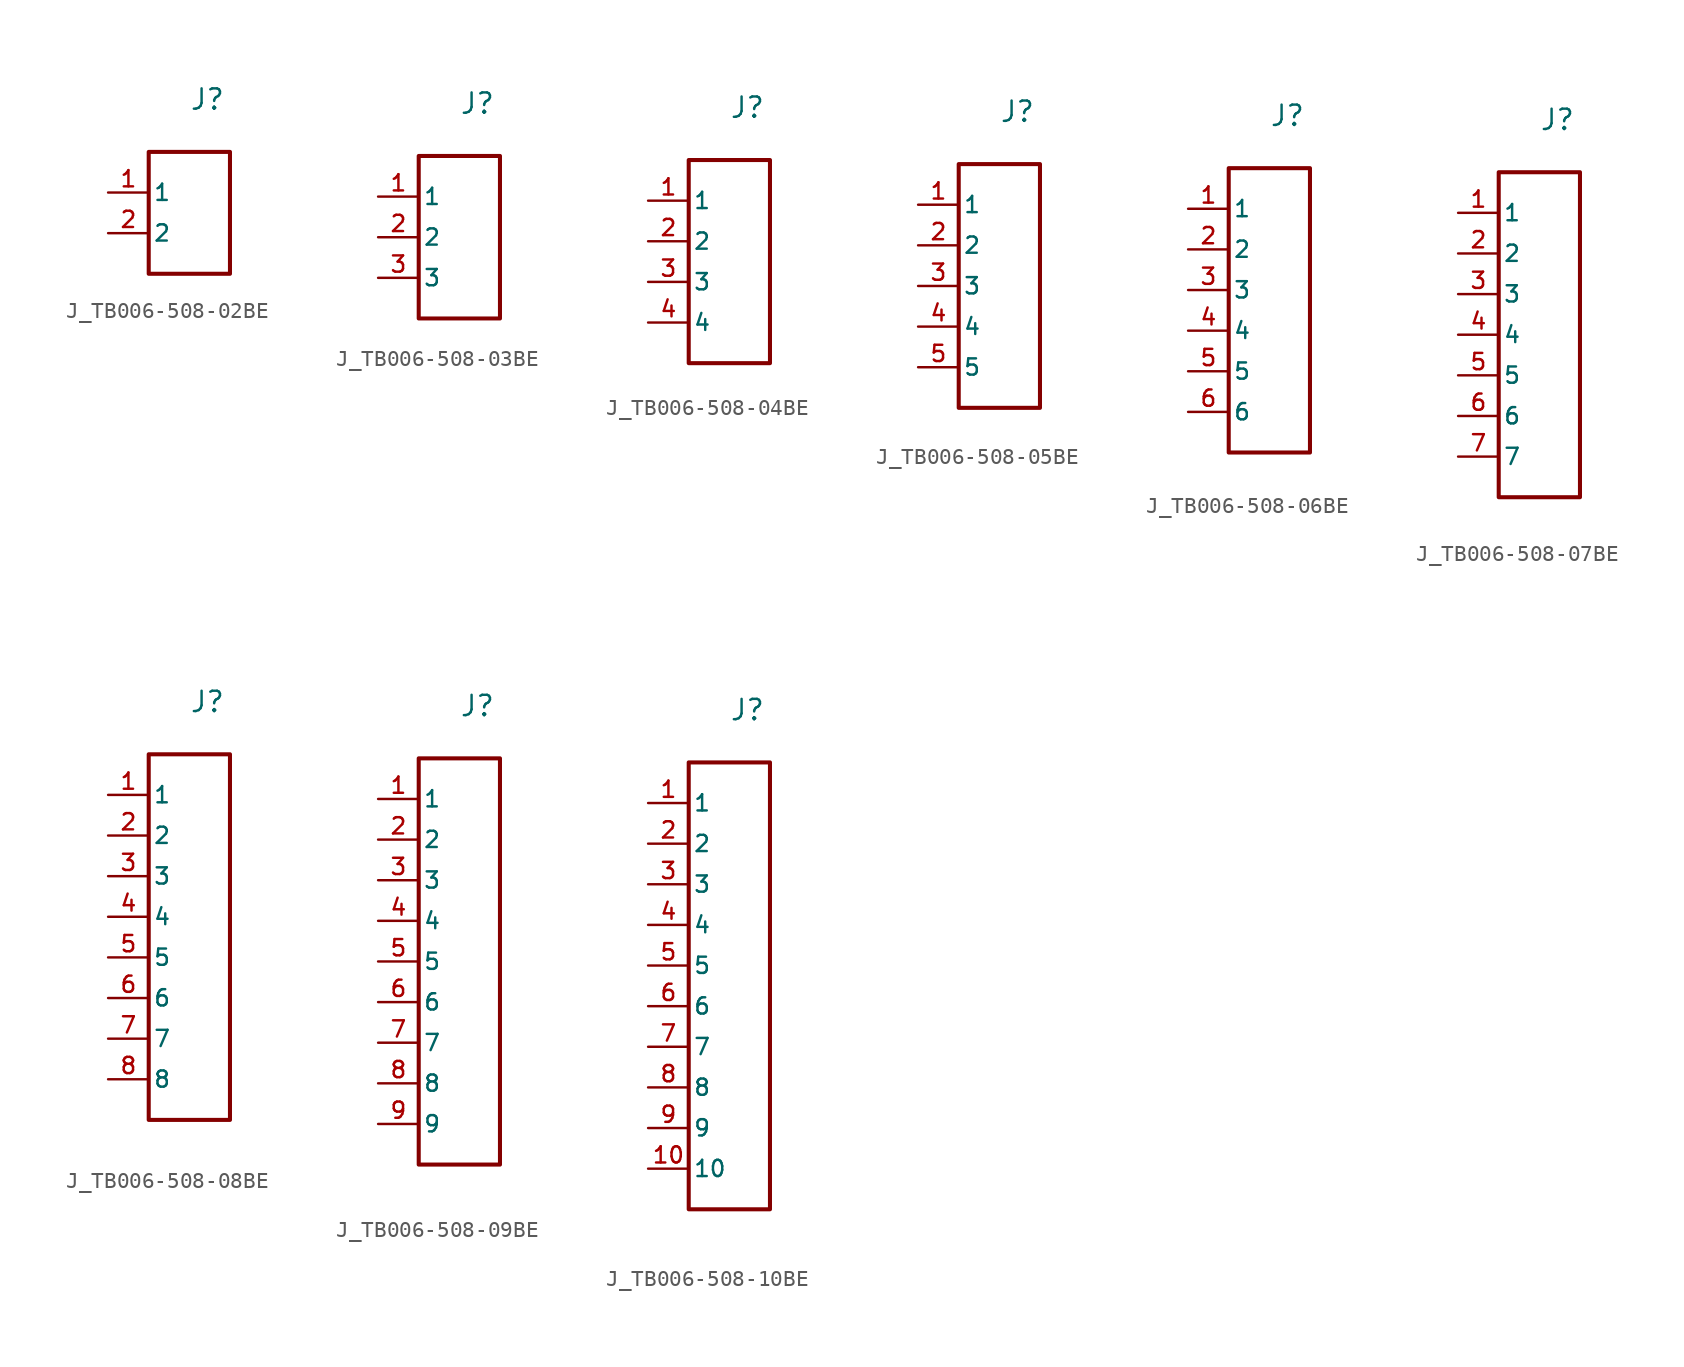
<source format=kicad_sym>
(kicad_symbol_lib
  (version 20231120)
  (generator "kicad_symbol_editor")
  (generator_version "8.0")
  (symbol "J_TB006-508-02BE"
    (pin_names
      (offset 0.254))
    (property "Reference" "J"
      (at 0 6.35 0)
      (effects (font (size 1.27 1.27)) (justify left bottom)))
    (symbol "J_TB006-508-02BE_0_0"
      (pin passive line (at -5.08 1.27 0) (length 2.54) (name "1" (effects (font (size 1.016 1.016)))) (number "1" (effects (font (size 1.016 1.016)))))
      (pin passive line (at -5.08 -1.27 0) (length 2.54) (name "2" (effects (font (size 1.016 1.016)))) (number "2" (effects (font (size 1.016 1.016))))))
    (symbol "J_TB006-508-02BE_1_0"
      (rectangle (start -2.54 3.81) (end 2.54 -3.81) (stroke (width 0.254) (type solid)) (fill (type none)))))
  (symbol "J_TB006-508-03BE"
    (pin_names
      (offset 0.254))
    (property "Reference" "J"
      (at 0 7.62 0)
      (effects (font (size 1.27 1.27)) (justify left bottom)))
    (symbol "J_TB006-508-03BE_0_0"
      (pin passive line (at -5.08 2.54 0) (length 2.54) (name "1" (effects (font (size 1.016 1.016)))) (number "1" (effects (font (size 1.016 1.016)))))
      (pin passive line (at -5.08 0.0 0) (length 2.54) (name "2" (effects (font (size 1.016 1.016)))) (number "2" (effects (font (size 1.016 1.016)))))
      (pin passive line (at -5.08 -2.54 0) (length 2.54) (name "3" (effects (font (size 1.016 1.016)))) (number "3" (effects (font (size 1.016 1.016))))))
    (symbol "J_TB006-508-03BE_1_0"
      (rectangle (start -2.54 5.08) (end 2.54 -5.08) (stroke (width 0.254) (type solid)) (fill (type none)))))
  (symbol "J_TB006-508-04BE"
    (pin_names
      (offset 0.254))
    (property "Reference" "J"
      (at 0 8.89 0)
      (effects (font (size 1.27 1.27)) (justify left bottom)))
    (symbol "J_TB006-508-04BE_0_0"
      (pin passive line (at -5.08 3.81 0) (length 2.54) (name "1" (effects (font (size 1.016 1.016)))) (number "1" (effects (font (size 1.016 1.016)))))
      (pin passive line (at -5.08 1.27 0) (length 2.54) (name "2" (effects (font (size 1.016 1.016)))) (number "2" (effects (font (size 1.016 1.016)))))
      (pin passive line (at -5.08 -1.27 0) (length 2.54) (name "3" (effects (font (size 1.016 1.016)))) (number "3" (effects (font (size 1.016 1.016)))))
      (pin passive line (at -5.08 -3.81 0) (length 2.54) (name "4" (effects (font (size 1.016 1.016)))) (number "4" (effects (font (size 1.016 1.016))))))
    (symbol "J_TB006-508-04BE_1_0"
      (rectangle (start -2.54 6.35) (end 2.54 -6.35) (stroke (width 0.254) (type solid)) (fill (type none)))))
  (symbol "J_TB006-508-05BE"
    (pin_names
      (offset 0.254))
    (property "Reference" "J"
      (at 0 10.16 0)
      (effects (font (size 1.27 1.27)) (justify left bottom)))
    (symbol "J_TB006-508-05BE_0_0"
      (pin passive line (at -5.08 5.08 0) (length 2.54) (name "1" (effects (font (size 1.016 1.016)))) (number "1" (effects (font (size 1.016 1.016)))))
      (pin passive line (at -5.08 2.54 0) (length 2.54) (name "2" (effects (font (size 1.016 1.016)))) (number "2" (effects (font (size 1.016 1.016)))))
      (pin passive line (at -5.08 0.0 0) (length 2.54) (name "3" (effects (font (size 1.016 1.016)))) (number "3" (effects (font (size 1.016 1.016)))))
      (pin passive line (at -5.08 -2.54 0) (length 2.54) (name "4" (effects (font (size 1.016 1.016)))) (number "4" (effects (font (size 1.016 1.016)))))
      (pin passive line (at -5.08 -5.08 0) (length 2.54) (name "5" (effects (font (size 1.016 1.016)))) (number "5" (effects (font (size 1.016 1.016))))))
    (symbol "J_TB006-508-05BE_1_0"
      (rectangle (start -2.54 7.62) (end 2.54 -7.62) (stroke (width 0.254) (type solid)) (fill (type none)))))
  (symbol "J_TB006-508-06BE"
    (pin_names
      (offset 0.254))
    (property "Reference" "J"
      (at 0 11.43 0)
      (effects (font (size 1.27 1.27)) (justify left bottom)))
    (symbol "J_TB006-508-06BE_0_0"
      (pin passive line (at -5.08 6.35 0) (length 2.54) (name "1" (effects (font (size 1.016 1.016)))) (number "1" (effects (font (size 1.016 1.016)))))
      (pin passive line (at -5.08 3.81 0) (length 2.54) (name "2" (effects (font (size 1.016 1.016)))) (number "2" (effects (font (size 1.016 1.016)))))
      (pin passive line (at -5.08 1.27 0) (length 2.54) (name "3" (effects (font (size 1.016 1.016)))) (number "3" (effects (font (size 1.016 1.016)))))
      (pin passive line (at -5.08 -1.27 0) (length 2.54) (name "4" (effects (font (size 1.016 1.016)))) (number "4" (effects (font (size 1.016 1.016)))))
      (pin passive line (at -5.08 -3.81 0) (length 2.54) (name "5" (effects (font (size 1.016 1.016)))) (number "5" (effects (font (size 1.016 1.016)))))
      (pin passive line (at -5.08 -6.35 0) (length 2.54) (name "6" (effects (font (size 1.016 1.016)))) (number "6" (effects (font (size 1.016 1.016))))))
    (symbol "J_TB006-508-06BE_1_0"
      (rectangle (start -2.54 8.89) (end 2.54 -8.89) (stroke (width 0.254) (type solid)) (fill (type none)))))
  (symbol "J_TB006-508-07BE"
    (pin_names
      (offset 0.254))
    (property "Reference" "J"
      (at 0 12.7 0)
      (effects (font (size 1.27 1.27)) (justify left bottom)))
    (symbol "J_TB006-508-07BE_0_0"
      (pin passive line (at -5.08 7.62 0) (length 2.54) (name "1" (effects (font (size 1.016 1.016)))) (number "1" (effects (font (size 1.016 1.016)))))
      (pin passive line (at -5.08 5.08 0) (length 2.54) (name "2" (effects (font (size 1.016 1.016)))) (number "2" (effects (font (size 1.016 1.016)))))
      (pin passive line (at -5.08 2.54 0) (length 2.54) (name "3" (effects (font (size 1.016 1.016)))) (number "3" (effects (font (size 1.016 1.016)))))
      (pin passive line (at -5.08 0.0 0) (length 2.54) (name "4" (effects (font (size 1.016 1.016)))) (number "4" (effects (font (size 1.016 1.016)))))
      (pin passive line (at -5.08 -2.54 0) (length 2.54) (name "5" (effects (font (size 1.016 1.016)))) (number "5" (effects (font (size 1.016 1.016)))))
      (pin passive line (at -5.08 -5.08 0) (length 2.54) (name "6" (effects (font (size 1.016 1.016)))) (number "6" (effects (font (size 1.016 1.016)))))
      (pin passive line (at -5.08 -7.62 0) (length 2.54) (name "7" (effects (font (size 1.016 1.016)))) (number "7" (effects (font (size 1.016 1.016))))))
    (symbol "J_TB006-508-07BE_1_0"
      (rectangle (start -2.54 10.16) (end 2.54 -10.16) (stroke (width 0.254) (type solid)) (fill (type none)))))
  (symbol "J_TB006-508-08BE"
    (pin_names
      (offset 0.254))
    (property "Reference" "J"
      (at 0 13.97 0)
      (effects (font (size 1.27 1.27)) (justify left bottom)))
    (symbol "J_TB006-508-08BE_0_0"
      (pin passive line (at -5.08 8.89 0) (length 2.54) (name "1" (effects (font (size 1.016 1.016)))) (number "1" (effects (font (size 1.016 1.016)))))
      (pin passive line (at -5.08 6.35 0) (length 2.54) (name "2" (effects (font (size 1.016 1.016)))) (number "2" (effects (font (size 1.016 1.016)))))
      (pin passive line (at -5.08 3.81 0) (length 2.54) (name "3" (effects (font (size 1.016 1.016)))) (number "3" (effects (font (size 1.016 1.016)))))
      (pin passive line (at -5.08 1.27 0) (length 2.54) (name "4" (effects (font (size 1.016 1.016)))) (number "4" (effects (font (size 1.016 1.016)))))
      (pin passive line (at -5.08 -1.27 0) (length 2.54) (name "5" (effects (font (size 1.016 1.016)))) (number "5" (effects (font (size 1.016 1.016)))))
      (pin passive line (at -5.08 -3.81 0) (length 2.54) (name "6" (effects (font (size 1.016 1.016)))) (number "6" (effects (font (size 1.016 1.016)))))
      (pin passive line (at -5.08 -6.35 0) (length 2.54) (name "7" (effects (font (size 1.016 1.016)))) (number "7" (effects (font (size 1.016 1.016)))))
      (pin passive line (at -5.08 -8.89 0) (length 2.54) (name "8" (effects (font (size 1.016 1.016)))) (number "8" (effects (font (size 1.016 1.016))))))
    (symbol "J_TB006-508-08BE_1_0"
      (rectangle (start -2.54 11.43) (end 2.54 -11.43) (stroke (width 0.254) (type solid)) (fill (type none)))))
  (symbol "J_TB006-508-09BE"
    (pin_names
      (offset 0.254))
    (property "Reference" "J"
      (at 0 15.24 0)
      (effects (font (size 1.27 1.27)) (justify left bottom)))
    (symbol "J_TB006-508-09BE_0_0"
      (pin passive line (at -5.08 10.16 0) (length 2.54) (name "1" (effects (font (size 1.016 1.016)))) (number "1" (effects (font (size 1.016 1.016)))))
      (pin passive line (at -5.08 7.62 0) (length 2.54) (name "2" (effects (font (size 1.016 1.016)))) (number "2" (effects (font (size 1.016 1.016)))))
      (pin passive line (at -5.08 5.08 0) (length 2.54) (name "3" (effects (font (size 1.016 1.016)))) (number "3" (effects (font (size 1.016 1.016)))))
      (pin passive line (at -5.08 2.54 0) (length 2.54) (name "4" (effects (font (size 1.016 1.016)))) (number "4" (effects (font (size 1.016 1.016)))))
      (pin passive line (at -5.08 0.0 0) (length 2.54) (name "5" (effects (font (size 1.016 1.016)))) (number "5" (effects (font (size 1.016 1.016)))))
      (pin passive line (at -5.08 -2.54 0) (length 2.54) (name "6" (effects (font (size 1.016 1.016)))) (number "6" (effects (font (size 1.016 1.016)))))
      (pin passive line (at -5.08 -5.08 0) (length 2.54) (name "7" (effects (font (size 1.016 1.016)))) (number "7" (effects (font (size 1.016 1.016)))))
      (pin passive line (at -5.08 -7.62 0) (length 2.54) (name "8" (effects (font (size 1.016 1.016)))) (number "8" (effects (font (size 1.016 1.016)))))
      (pin passive line (at -5.08 -10.16 0) (length 2.54) (name "9" (effects (font (size 1.016 1.016)))) (number "9" (effects (font (size 1.016 1.016))))))
    (symbol "J_TB006-508-09BE_1_0"
      (rectangle (start -2.54 12.7) (end 2.54 -12.7) (stroke (width 0.254) (type solid)) (fill (type none)))))
  (symbol "J_TB006-508-10BE"
    (pin_names
      (offset 0.254))
    (property "Reference" "J"
      (at 0 16.51 0)
      (effects (font (size 1.27 1.27)) (justify left bottom)))
    (symbol "J_TB006-508-10BE_0_0"
      (pin passive line (at -5.08 11.43 0) (length 2.54) (name "1" (effects (font (size 1.016 1.016)))) (number "1" (effects (font (size 1.016 1.016)))))
      (pin passive line (at -5.08 8.89 0) (length 2.54) (name "2" (effects (font (size 1.016 1.016)))) (number "2" (effects (font (size 1.016 1.016)))))
      (pin passive line (at -5.08 6.35 0) (length 2.54) (name "3" (effects (font (size 1.016 1.016)))) (number "3" (effects (font (size 1.016 1.016)))))
      (pin passive line (at -5.08 3.81 0) (length 2.54) (name "4" (effects (font (size 1.016 1.016)))) (number "4" (effects (font (size 1.016 1.016)))))
      (pin passive line (at -5.08 1.27 0) (length 2.54) (name "5" (effects (font (size 1.016 1.016)))) (number "5" (effects (font (size 1.016 1.016)))))
      (pin passive line (at -5.08 -1.27 0) (length 2.54) (name "6" (effects (font (size 1.016 1.016)))) (number "6" (effects (font (size 1.016 1.016)))))
      (pin passive line (at -5.08 -3.81 0) (length 2.54) (name "7" (effects (font (size 1.016 1.016)))) (number "7" (effects (font (size 1.016 1.016)))))
      (pin passive line (at -5.08 -6.35 0) (length 2.54) (name "8" (effects (font (size 1.016 1.016)))) (number "8" (effects (font (size 1.016 1.016)))))
      (pin passive line (at -5.08 -8.89 0) (length 2.54) (name "9" (effects (font (size 1.016 1.016)))) (number "9" (effects (font (size 1.016 1.016)))))
      (pin passive line (at -5.08 -11.43 0) (length 2.54) (name "10" (effects (font (size 1.016 1.016)))) (number "10" (effects (font (size 1.016 1.016))))))
    (symbol "J_TB006-508-10BE_1_0"
      (rectangle (start -2.54 13.97) (end 2.54 -13.97) (stroke (width 0.254) (type solid)) (fill (type none))))))
</source>
